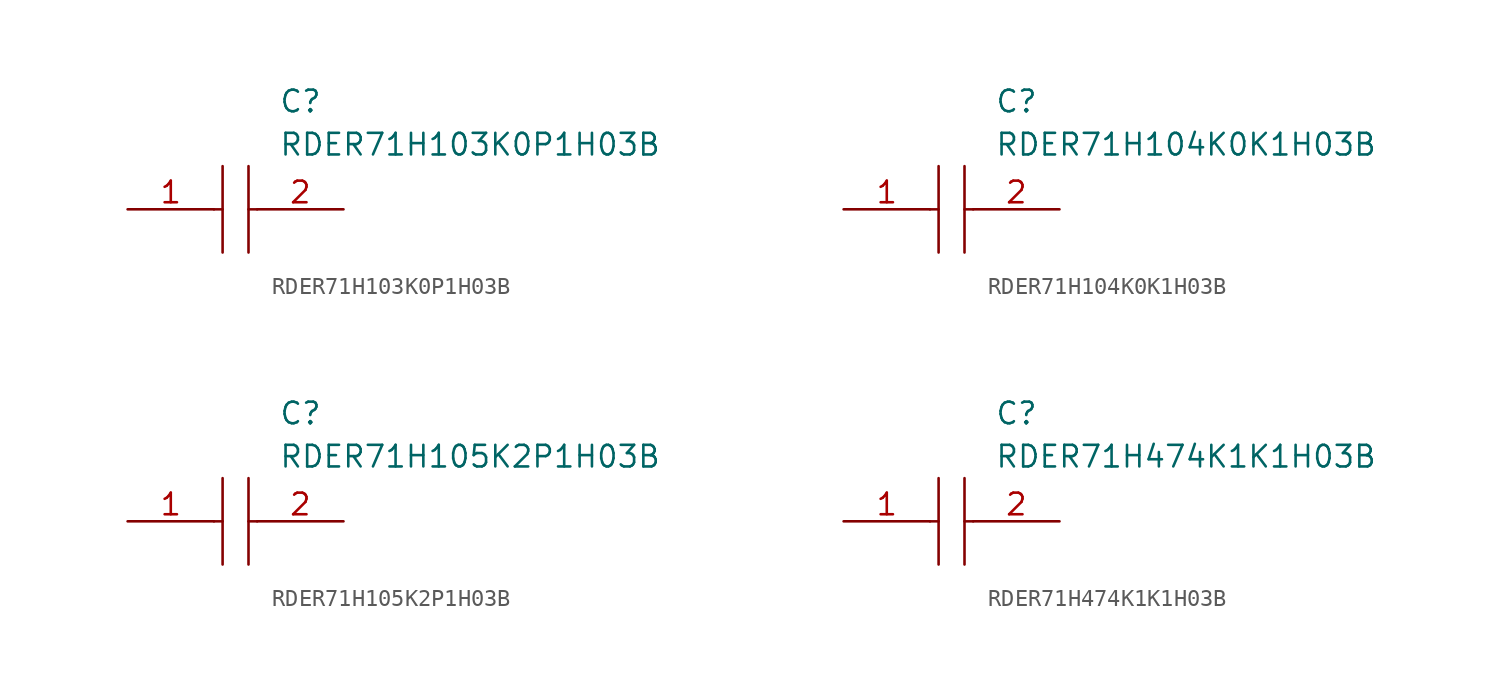
<source format=kicad_sym>
(kicad_symbol_lib
  (version 20211014)
  (generator kicad_symbol_editor)
  (symbol "RDER71H103K0P1H03B"
    (pin_names
      (offset 0.762))
    (property "Reference" "C"
      (at 8.89 6.35 0)
      (effects (font (size 1.27 1.27)) (justify left)))
    (property "Value" "RDER71H103K0P1H03B"
      (at 8.89 3.81 0)
      (effects (font (size 1.27 1.27)) (justify left)))
    (symbol "RDER71H103K0P1H03B_0_0"
      (pin passive line (at 0 0 0) (length 5.08) (name "~" (effects (font (size 1.27 1.27)))) (number "1" (effects (font (size 1.27 1.27)))))
      (pin passive line (at 12.7 0 180) (length 5.08) (name "~" (effects (font (size 1.27 1.27)))) (number "2" (effects (font (size 1.27 1.27))))))
    (symbol "RDER71H103K0P1H03B_0_1"
      (polyline (pts (xy 5.08 0) (xy 5.588 0)) (stroke (width 0.152) (type default) (color 0 0 0 0)) (fill (type background)))
      (polyline (pts (xy 5.588 2.54) (xy 5.588 -2.54)) (stroke (width 0.152) (type default) (color 0 0 0 0)) (fill (type background)))
      (polyline (pts (xy 7.112 0) (xy 7.62 0)) (stroke (width 0.152) (type default) (color 0 0 0 0)) (fill (type background)))
      (polyline (pts (xy 7.112 2.54) (xy 7.112 -2.54)) (stroke (width 0.152) (type default) (color 0 0 0 0)) (fill (type background)))))
  (symbol "RDER71H104K0K1H03B"
    (pin_names
      (offset 0.762))
    (property "Reference" "C"
      (at 8.89 6.35 0)
      (effects (font (size 1.27 1.27)) (justify left)))
    (property "Value" "RDER71H104K0K1H03B"
      (at 8.89 3.81 0)
      (effects (font (size 1.27 1.27)) (justify left)))
    (symbol "RDER71H104K0K1H03B_0_0"
      (pin passive line (at 0 0 0) (length 5.08) (name "~" (effects (font (size 1.27 1.27)))) (number "1" (effects (font (size 1.27 1.27)))))
      (pin passive line (at 12.7 0 180) (length 5.08) (name "~" (effects (font (size 1.27 1.27)))) (number "2" (effects (font (size 1.27 1.27))))))
    (symbol "RDER71H104K0K1H03B_0_1"
      (polyline (pts (xy 5.08 0) (xy 5.588 0)) (stroke (width 0.152) (type default) (color 0 0 0 0)) (fill (type background)))
      (polyline (pts (xy 5.588 2.54) (xy 5.588 -2.54)) (stroke (width 0.152) (type default) (color 0 0 0 0)) (fill (type background)))
      (polyline (pts (xy 7.112 0) (xy 7.62 0)) (stroke (width 0.152) (type default) (color 0 0 0 0)) (fill (type background)))
      (polyline (pts (xy 7.112 2.54) (xy 7.112 -2.54)) (stroke (width 0.152) (type default) (color 0 0 0 0)) (fill (type background)))))
  (symbol "RDER71H105K2P1H03B"
    (pin_names
      (offset 0.762))
    (property "Reference" "C"
      (at 8.89 6.35 0)
      (effects (font (size 1.27 1.27)) (justify left)))
    (property "Value" "RDER71H105K2P1H03B"
      (at 8.89 3.81 0)
      (effects (font (size 1.27 1.27)) (justify left)))
    (symbol "RDER71H105K2P1H03B_0_0"
      (pin passive line (at 0 0 0) (length 5.08) (name "~" (effects (font (size 1.27 1.27)))) (number "1" (effects (font (size 1.27 1.27)))))
      (pin passive line (at 12.7 0 180) (length 5.08) (name "~" (effects (font (size 1.27 1.27)))) (number "2" (effects (font (size 1.27 1.27))))))
    (symbol "RDER71H105K2P1H03B_0_1"
      (polyline (pts (xy 5.08 0) (xy 5.588 0)) (stroke (width 0.152) (type default) (color 0 0 0 0)) (fill (type background)))
      (polyline (pts (xy 5.588 2.54) (xy 5.588 -2.54)) (stroke (width 0.152) (type default) (color 0 0 0 0)) (fill (type background)))
      (polyline (pts (xy 7.112 0) (xy 7.62 0)) (stroke (width 0.152) (type default) (color 0 0 0 0)) (fill (type background)))
      (polyline (pts (xy 7.112 2.54) (xy 7.112 -2.54)) (stroke (width 0.152) (type default) (color 0 0 0 0)) (fill (type background)))))
  (symbol "RDER71H474K1K1H03B"
    (pin_names
      (offset 0.762))
    (property "Reference" "C"
      (at 8.89 6.35 0)
      (effects (font (size 1.27 1.27)) (justify left)))
    (property "Value" "RDER71H474K1K1H03B"
      (at 8.89 3.81 0)
      (effects (font (size 1.27 1.27)) (justify left)))
    (symbol "RDER71H474K1K1H03B_0_0"
      (pin passive line (at 0 0 0) (length 5.08) (name "~" (effects (font (size 1.27 1.27)))) (number "1" (effects (font (size 1.27 1.27)))))
      (pin passive line (at 12.7 0 180) (length 5.08) (name "~" (effects (font (size 1.27 1.27)))) (number "2" (effects (font (size 1.27 1.27))))))
    (symbol "RDER71H474K1K1H03B_0_1"
      (polyline (pts (xy 5.08 0) (xy 5.588 0)) (stroke (width 0.152) (type default) (color 0 0 0 0)) (fill (type background)))
      (polyline (pts (xy 5.588 2.54) (xy 5.588 -2.54)) (stroke (width 0.152) (type default) (color 0 0 0 0)) (fill (type background)))
      (polyline (pts (xy 7.112 0) (xy 7.62 0)) (stroke (width 0.152) (type default) (color 0 0 0 0)) (fill (type background)))
      (polyline (pts (xy 7.112 2.54) (xy 7.112 -2.54)) (stroke (width 0.152) (type default) (color 0 0 0 0)) (fill (type background))))))
</source>
